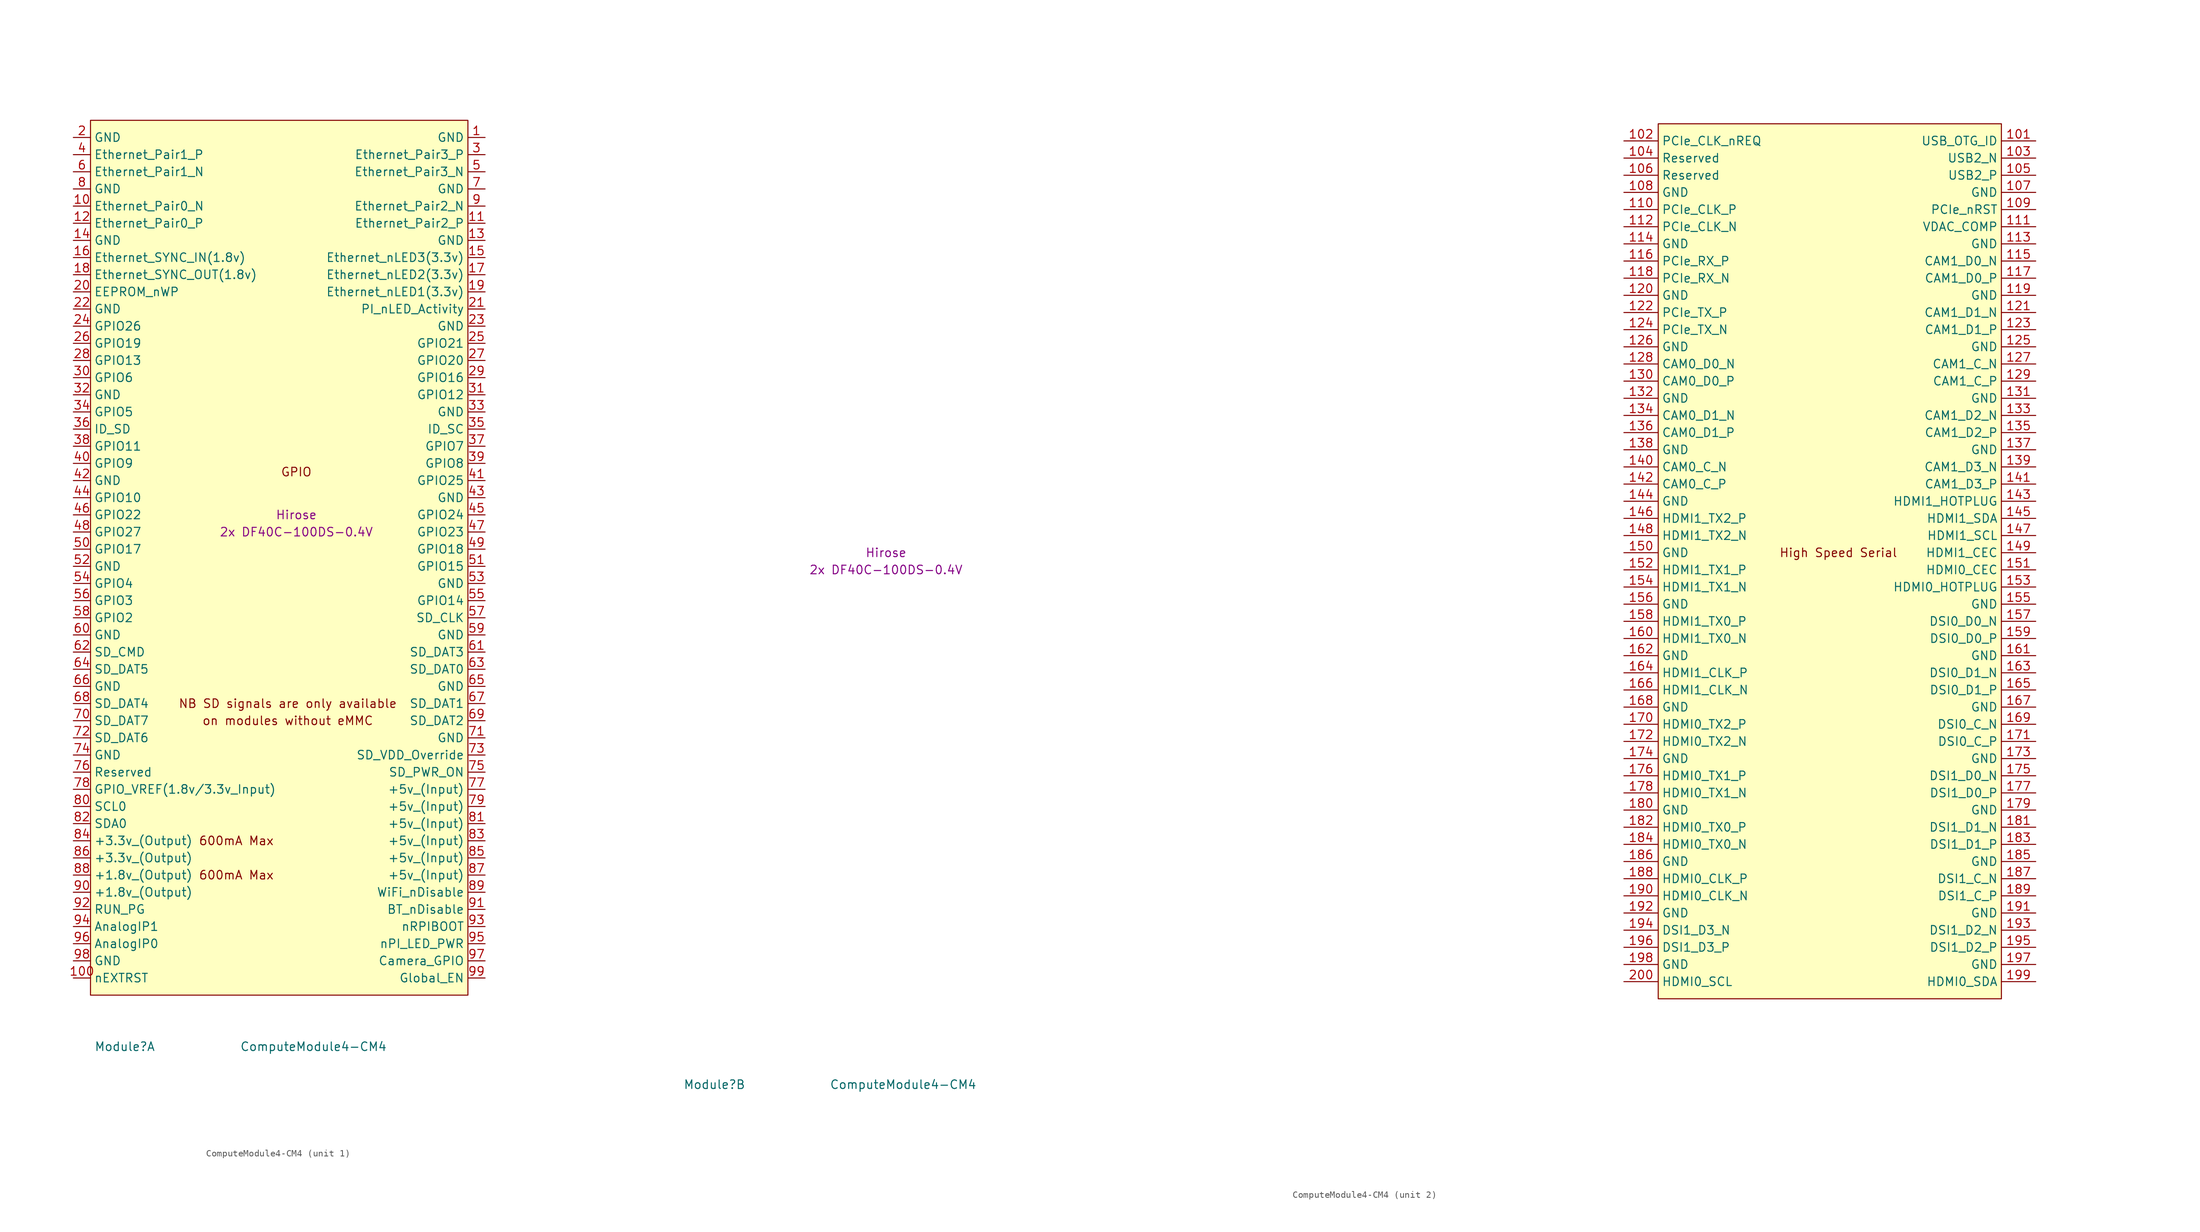
<source format=kicad_sym>
(kicad_symbol_lib
  (version 20211014)
  (generator kicad_symbol_editor)
  (symbol "ComputeModule4-CM4"
    (property "Reference" "Module"
      (at -25.4 -78.74 0)
      (effects (font (size 1.27 1.27))))
    (property "Value" "ComputeModule4-CM4"
      (at 2.54 -78.74 0)
      (effects (font (size 1.27 1.27))))
    (property "Field4" "Hirose"
      (at 0 0 0)
      (effects (font (size 1.27 1.27))))
    (property "Field5" "2x DF40C-100DS-0.4V"
      (at 0 -2.54 0)
      (effects (font (size 1.27 1.27))))
    (symbol "ComputeModule4-CM4_1_0"
      (text "GPIO" (at 0 6.35 0) (effects (font (size 1.27 1.27)))))
    (symbol "ComputeModule4-CM4_1_1"
      (rectangle (start -30.48 -71.12) (end 25.4 58.42) (stroke (width 0) (type default) (color 0 0 0 0)) (fill (type background)))
      (text "600mA Max" (at -8.89 -53.34 0) (effects (font (size 1.27 1.27))))
      (text "600mA Max" (at -8.89 -48.26 0) (effects (font (size 1.27 1.27))))
      (text "NB SD signals are only available" (at -1.27 -27.94 0) (effects (font (size 1.27 1.27))))
      (text "on modules without eMMC" (at -1.27 -30.48 0) (effects (font (size 1.27 1.27))))
      (pin power_in line (at 27.94 55.88 180) (length 2.54) (name "GND" (effects (font (size 1.27 1.27)))) (number "1" (effects (font (size 1.27 1.27)))))
      (pin passive line (at -33.02 45.72 0) (length 2.54) (name "Ethernet_Pair0_N" (effects (font (size 1.27 1.27)))) (number "10" (effects (font (size 1.27 1.27)))))
      (pin output line (at -33.02 -68.58 0) (length 2.54) (name "nEXTRST" (effects (font (size 1.27 1.27)))) (number "100" (effects (font (size 1.27 1.27)))))
      (pin passive line (at 27.94 43.18 180) (length 2.54) (name "Ethernet_Pair2_P" (effects (font (size 1.27 1.27)))) (number "11" (effects (font (size 1.27 1.27)))))
      (pin passive line (at -33.02 43.18 0) (length 2.54) (name "Ethernet_Pair0_P" (effects (font (size 1.27 1.27)))) (number "12" (effects (font (size 1.27 1.27)))))
      (pin power_in line (at 27.94 40.64 180) (length 2.54) (name "GND" (effects (font (size 1.27 1.27)))) (number "13" (effects (font (size 1.27 1.27)))))
      (pin power_in line (at -33.02 40.64 0) (length 2.54) (name "GND" (effects (font (size 1.27 1.27)))) (number "14" (effects (font (size 1.27 1.27)))))
      (pin output line (at 27.94 38.1 180) (length 2.54) (name "Ethernet_nLED3(3.3v)" (effects (font (size 1.27 1.27)))) (number "15" (effects (font (size 1.27 1.27)))))
      (pin input line (at -33.02 38.1 0) (length 2.54) (name "Ethernet_SYNC_IN(1.8v)" (effects (font (size 1.27 1.27)))) (number "16" (effects (font (size 1.27 1.27)))))
      (pin output line (at 27.94 35.56 180) (length 2.54) (name "Ethernet_nLED2(3.3v)" (effects (font (size 1.27 1.27)))) (number "17" (effects (font (size 1.27 1.27)))))
      (pin input line (at -33.02 35.56 0) (length 2.54) (name "Ethernet_SYNC_OUT(1.8v)" (effects (font (size 1.27 1.27)))) (number "18" (effects (font (size 1.27 1.27)))))
      (pin output line (at 27.94 33.02 180) (length 2.54) (name "Ethernet_nLED1(3.3v)" (effects (font (size 1.27 1.27)))) (number "19" (effects (font (size 1.27 1.27)))))
      (pin power_in line (at -33.02 55.88 0) (length 2.54) (name "GND" (effects (font (size 1.27 1.27)))) (number "2" (effects (font (size 1.27 1.27)))))
      (pin passive line (at -33.02 33.02 0) (length 2.54) (name "EEPROM_nWP" (effects (font (size 1.27 1.27)))) (number "20" (effects (font (size 1.27 1.27)))))
      (pin open_collector line (at 27.94 30.48 180) (length 2.54) (name "PI_nLED_Activity" (effects (font (size 1.27 1.27)))) (number "21" (effects (font (size 1.27 1.27)))))
      (pin power_in line (at -33.02 30.48 0) (length 2.54) (name "GND" (effects (font (size 1.27 1.27)))) (number "22" (effects (font (size 1.27 1.27)))))
      (pin power_in line (at 27.94 27.94 180) (length 2.54) (name "GND" (effects (font (size 1.27 1.27)))) (number "23" (effects (font (size 1.27 1.27)))))
      (pin passive line (at -33.02 27.94 0) (length 2.54) (name "GPIO26" (effects (font (size 1.27 1.27)))) (number "24" (effects (font (size 1.27 1.27)))))
      (pin passive line (at 27.94 25.4 180) (length 2.54) (name "GPIO21" (effects (font (size 1.27 1.27)))) (number "25" (effects (font (size 1.27 1.27)))))
      (pin passive line (at -33.02 25.4 0) (length 2.54) (name "GPIO19" (effects (font (size 1.27 1.27)))) (number "26" (effects (font (size 1.27 1.27)))))
      (pin passive line (at 27.94 22.86 180) (length 2.54) (name "GPIO20" (effects (font (size 1.27 1.27)))) (number "27" (effects (font (size 1.27 1.27)))))
      (pin passive line (at -33.02 22.86 0) (length 2.54) (name "GPIO13" (effects (font (size 1.27 1.27)))) (number "28" (effects (font (size 1.27 1.27)))))
      (pin passive line (at 27.94 20.32 180) (length 2.54) (name "GPIO16" (effects (font (size 1.27 1.27)))) (number "29" (effects (font (size 1.27 1.27)))))
      (pin passive line (at 27.94 53.34 180) (length 2.54) (name "Ethernet_Pair3_P" (effects (font (size 1.27 1.27)))) (number "3" (effects (font (size 1.27 1.27)))))
      (pin passive line (at -33.02 20.32 0) (length 2.54) (name "GPIO6" (effects (font (size 1.27 1.27)))) (number "30" (effects (font (size 1.27 1.27)))))
      (pin passive line (at 27.94 17.78 180) (length 2.54) (name "GPIO12" (effects (font (size 1.27 1.27)))) (number "31" (effects (font (size 1.27 1.27)))))
      (pin power_in line (at -33.02 17.78 0) (length 2.54) (name "GND" (effects (font (size 1.27 1.27)))) (number "32" (effects (font (size 1.27 1.27)))))
      (pin power_in line (at 27.94 15.24 180) (length 2.54) (name "GND" (effects (font (size 1.27 1.27)))) (number "33" (effects (font (size 1.27 1.27)))))
      (pin passive line (at -33.02 15.24 0) (length 2.54) (name "GPIO5" (effects (font (size 1.27 1.27)))) (number "34" (effects (font (size 1.27 1.27)))))
      (pin passive line (at 27.94 12.7 180) (length 2.54) (name "ID_SC" (effects (font (size 1.27 1.27)))) (number "35" (effects (font (size 1.27 1.27)))))
      (pin passive line (at -33.02 12.7 0) (length 2.54) (name "ID_SD" (effects (font (size 1.27 1.27)))) (number "36" (effects (font (size 1.27 1.27)))))
      (pin passive line (at 27.94 10.16 180) (length 2.54) (name "GPIO7" (effects (font (size 1.27 1.27)))) (number "37" (effects (font (size 1.27 1.27)))))
      (pin passive line (at -33.02 10.16 0) (length 2.54) (name "GPIO11" (effects (font (size 1.27 1.27)))) (number "38" (effects (font (size 1.27 1.27)))))
      (pin passive line (at 27.94 7.62 180) (length 2.54) (name "GPIO8" (effects (font (size 1.27 1.27)))) (number "39" (effects (font (size 1.27 1.27)))))
      (pin passive line (at -33.02 53.34 0) (length 2.54) (name "Ethernet_Pair1_P" (effects (font (size 1.27 1.27)))) (number "4" (effects (font (size 1.27 1.27)))))
      (pin passive line (at -33.02 7.62 0) (length 2.54) (name "GPIO9" (effects (font (size 1.27 1.27)))) (number "40" (effects (font (size 1.27 1.27)))))
      (pin passive line (at 27.94 5.08 180) (length 2.54) (name "GPIO25" (effects (font (size 1.27 1.27)))) (number "41" (effects (font (size 1.27 1.27)))))
      (pin power_in line (at -33.02 5.08 0) (length 2.54) (name "GND" (effects (font (size 1.27 1.27)))) (number "42" (effects (font (size 1.27 1.27)))))
      (pin power_in line (at 27.94 2.54 180) (length 2.54) (name "GND" (effects (font (size 1.27 1.27)))) (number "43" (effects (font (size 1.27 1.27)))))
      (pin passive line (at -33.02 2.54 0) (length 2.54) (name "GPIO10" (effects (font (size 1.27 1.27)))) (number "44" (effects (font (size 1.27 1.27)))))
      (pin passive line (at 27.94 0 180) (length 2.54) (name "GPIO24" (effects (font (size 1.27 1.27)))) (number "45" (effects (font (size 1.27 1.27)))))
      (pin passive line (at -33.02 0 0) (length 2.54) (name "GPIO22" (effects (font (size 1.27 1.27)))) (number "46" (effects (font (size 1.27 1.27)))))
      (pin passive line (at 27.94 -2.54 180) (length 2.54) (name "GPIO23" (effects (font (size 1.27 1.27)))) (number "47" (effects (font (size 1.27 1.27)))))
      (pin passive line (at -33.02 -2.54 0) (length 2.54) (name "GPIO27" (effects (font (size 1.27 1.27)))) (number "48" (effects (font (size 1.27 1.27)))))
      (pin passive line (at 27.94 -5.08 180) (length 2.54) (name "GPIO18" (effects (font (size 1.27 1.27)))) (number "49" (effects (font (size 1.27 1.27)))))
      (pin passive line (at 27.94 50.8 180) (length 2.54) (name "Ethernet_Pair3_N" (effects (font (size 1.27 1.27)))) (number "5" (effects (font (size 1.27 1.27)))))
      (pin passive line (at -33.02 -5.08 0) (length 2.54) (name "GPIO17" (effects (font (size 1.27 1.27)))) (number "50" (effects (font (size 1.27 1.27)))))
      (pin passive line (at 27.94 -7.62 180) (length 2.54) (name "GPIO15" (effects (font (size 1.27 1.27)))) (number "51" (effects (font (size 1.27 1.27)))))
      (pin power_in line (at -33.02 -7.62 0) (length 2.54) (name "GND" (effects (font (size 1.27 1.27)))) (number "52" (effects (font (size 1.27 1.27)))))
      (pin power_in line (at 27.94 -10.16 180) (length 2.54) (name "GND" (effects (font (size 1.27 1.27)))) (number "53" (effects (font (size 1.27 1.27)))))
      (pin passive line (at -33.02 -10.16 0) (length 2.54) (name "GPIO4" (effects (font (size 1.27 1.27)))) (number "54" (effects (font (size 1.27 1.27)))))
      (pin passive line (at 27.94 -12.7 180) (length 2.54) (name "GPIO14" (effects (font (size 1.27 1.27)))) (number "55" (effects (font (size 1.27 1.27)))))
      (pin passive line (at -33.02 -12.7 0) (length 2.54) (name "GPIO3" (effects (font (size 1.27 1.27)))) (number "56" (effects (font (size 1.27 1.27)))))
      (pin passive line (at 27.94 -15.24 180) (length 2.54) (name "SD_CLK" (effects (font (size 1.27 1.27)))) (number "57" (effects (font (size 1.27 1.27)))))
      (pin passive line (at -33.02 -15.24 0) (length 2.54) (name "GPIO2" (effects (font (size 1.27 1.27)))) (number "58" (effects (font (size 1.27 1.27)))))
      (pin power_in line (at 27.94 -17.78 180) (length 2.54) (name "GND" (effects (font (size 1.27 1.27)))) (number "59" (effects (font (size 1.27 1.27)))))
      (pin passive line (at -33.02 50.8 0) (length 2.54) (name "Ethernet_Pair1_N" (effects (font (size 1.27 1.27)))) (number "6" (effects (font (size 1.27 1.27)))))
      (pin power_in line (at -33.02 -17.78 0) (length 2.54) (name "GND" (effects (font (size 1.27 1.27)))) (number "60" (effects (font (size 1.27 1.27)))))
      (pin passive line (at 27.94 -20.32 180) (length 2.54) (name "SD_DAT3" (effects (font (size 1.27 1.27)))) (number "61" (effects (font (size 1.27 1.27)))))
      (pin passive line (at -33.02 -20.32 0) (length 2.54) (name "SD_CMD" (effects (font (size 1.27 1.27)))) (number "62" (effects (font (size 1.27 1.27)))))
      (pin passive line (at 27.94 -22.86 180) (length 2.54) (name "SD_DAT0" (effects (font (size 1.27 1.27)))) (number "63" (effects (font (size 1.27 1.27)))))
      (pin passive line (at -33.02 -22.86 0) (length 2.54) (name "SD_DAT5" (effects (font (size 1.27 1.27)))) (number "64" (effects (font (size 1.27 1.27)))))
      (pin power_in line (at 27.94 -25.4 180) (length 2.54) (name "GND" (effects (font (size 1.27 1.27)))) (number "65" (effects (font (size 1.27 1.27)))))
      (pin power_in line (at -33.02 -25.4 0) (length 2.54) (name "GND" (effects (font (size 1.27 1.27)))) (number "66" (effects (font (size 1.27 1.27)))))
      (pin passive line (at 27.94 -27.94 180) (length 2.54) (name "SD_DAT1" (effects (font (size 1.27 1.27)))) (number "67" (effects (font (size 1.27 1.27)))))
      (pin passive line (at -33.02 -27.94 0) (length 2.54) (name "SD_DAT4" (effects (font (size 1.27 1.27)))) (number "68" (effects (font (size 1.27 1.27)))))
      (pin passive line (at 27.94 -30.48 180) (length 2.54) (name "SD_DAT2" (effects (font (size 1.27 1.27)))) (number "69" (effects (font (size 1.27 1.27)))))
      (pin power_in line (at 27.94 48.26 180) (length 2.54) (name "GND" (effects (font (size 1.27 1.27)))) (number "7" (effects (font (size 1.27 1.27)))))
      (pin passive line (at -33.02 -30.48 0) (length 2.54) (name "SD_DAT7" (effects (font (size 1.27 1.27)))) (number "70" (effects (font (size 1.27 1.27)))))
      (pin power_in line (at 27.94 -33.02 180) (length 2.54) (name "GND" (effects (font (size 1.27 1.27)))) (number "71" (effects (font (size 1.27 1.27)))))
      (pin passive line (at -33.02 -33.02 0) (length 2.54) (name "SD_DAT6" (effects (font (size 1.27 1.27)))) (number "72" (effects (font (size 1.27 1.27)))))
      (pin input line (at 27.94 -35.56 180) (length 2.54) (name "SD_VDD_Override" (effects (font (size 1.27 1.27)))) (number "73" (effects (font (size 1.27 1.27)))))
      (pin power_in line (at -33.02 -35.56 0) (length 2.54) (name "GND" (effects (font (size 1.27 1.27)))) (number "74" (effects (font (size 1.27 1.27)))))
      (pin output line (at 27.94 -38.1 180) (length 2.54) (name "SD_PWR_ON" (effects (font (size 1.27 1.27)))) (number "75" (effects (font (size 1.27 1.27)))))
      (pin passive line (at -33.02 -38.1 0) (length 2.54) (name "Reserved" (effects (font (size 1.27 1.27)))) (number "76" (effects (font (size 1.27 1.27)))))
      (pin power_in line (at 27.94 -40.64 180) (length 2.54) (name "+5v_(Input)" (effects (font (size 1.27 1.27)))) (number "77" (effects (font (size 1.27 1.27)))))
      (pin power_in line (at -33.02 -40.64 0) (length 2.54) (name "GPIO_VREF(1.8v/3.3v_Input)" (effects (font (size 1.27 1.27)))) (number "78" (effects (font (size 1.27 1.27)))))
      (pin power_in line (at 27.94 -43.18 180) (length 2.54) (name "+5v_(Input)" (effects (font (size 1.27 1.27)))) (number "79" (effects (font (size 1.27 1.27)))))
      (pin power_in line (at -33.02 48.26 0) (length 2.54) (name "GND" (effects (font (size 1.27 1.27)))) (number "8" (effects (font (size 1.27 1.27)))))
      (pin passive line (at -33.02 -43.18 0) (length 2.54) (name "SCL0" (effects (font (size 1.27 1.27)))) (number "80" (effects (font (size 1.27 1.27)))))
      (pin power_in line (at 27.94 -45.72 180) (length 2.54) (name "+5v_(Input)" (effects (font (size 1.27 1.27)))) (number "81" (effects (font (size 1.27 1.27)))))
      (pin passive line (at -33.02 -45.72 0) (length 2.54) (name "SDA0" (effects (font (size 1.27 1.27)))) (number "82" (effects (font (size 1.27 1.27)))))
      (pin power_in line (at 27.94 -48.26 180) (length 2.54) (name "+5v_(Input)" (effects (font (size 1.27 1.27)))) (number "83" (effects (font (size 1.27 1.27)))))
      (pin power_out line (at -33.02 -48.26 0) (length 2.54) (name "+3.3v_(Output)" (effects (font (size 1.27 1.27)))) (number "84" (effects (font (size 1.27 1.27)))))
      (pin power_in line (at 27.94 -50.8 180) (length 2.54) (name "+5v_(Input)" (effects (font (size 1.27 1.27)))) (number "85" (effects (font (size 1.27 1.27)))))
      (pin power_out line (at -33.02 -50.8 0) (length 2.54) (name "+3.3v_(Output)" (effects (font (size 1.27 1.27)))) (number "86" (effects (font (size 1.27 1.27)))))
      (pin power_in line (at 27.94 -53.34 180) (length 2.54) (name "+5v_(Input)" (effects (font (size 1.27 1.27)))) (number "87" (effects (font (size 1.27 1.27)))))
      (pin power_out line (at -33.02 -53.34 0) (length 2.54) (name "+1.8v_(Output)" (effects (font (size 1.27 1.27)))) (number "88" (effects (font (size 1.27 1.27)))))
      (pin power_in line (at 27.94 -55.88 180) (length 2.54) (name "WiFi_nDisable" (effects (font (size 1.27 1.27)))) (number "89" (effects (font (size 1.27 1.27)))))
      (pin passive line (at 27.94 45.72 180) (length 2.54) (name "Ethernet_Pair2_N" (effects (font (size 1.27 1.27)))) (number "9" (effects (font (size 1.27 1.27)))))
      (pin power_out line (at -33.02 -55.88 0) (length 2.54) (name "+1.8v_(Output)" (effects (font (size 1.27 1.27)))) (number "90" (effects (font (size 1.27 1.27)))))
      (pin power_in line (at 27.94 -58.42 180) (length 2.54) (name "BT_nDisable" (effects (font (size 1.27 1.27)))) (number "91" (effects (font (size 1.27 1.27)))))
      (pin passive line (at -33.02 -58.42 0) (length 2.54) (name "RUN_PG" (effects (font (size 1.27 1.27)))) (number "92" (effects (font (size 1.27 1.27)))))
      (pin input line (at 27.94 -60.96 180) (length 2.54) (name "nRPIBOOT" (effects (font (size 1.27 1.27)))) (number "93" (effects (font (size 1.27 1.27)))))
      (pin passive line (at -33.02 -60.96 0) (length 2.54) (name "AnalogIP1" (effects (font (size 1.27 1.27)))) (number "94" (effects (font (size 1.27 1.27)))))
      (pin output line (at 27.94 -63.5 180) (length 2.54) (name "nPI_LED_PWR" (effects (font (size 1.27 1.27)))) (number "95" (effects (font (size 1.27 1.27)))))
      (pin passive line (at -33.02 -63.5 0) (length 2.54) (name "AnalogIP0" (effects (font (size 1.27 1.27)))) (number "96" (effects (font (size 1.27 1.27)))))
      (pin passive line (at 27.94 -66.04 180) (length 2.54) (name "Camera_GPIO" (effects (font (size 1.27 1.27)))) (number "97" (effects (font (size 1.27 1.27)))))
      (pin power_in line (at -33.02 -66.04 0) (length 2.54) (name "GND" (effects (font (size 1.27 1.27)))) (number "98" (effects (font (size 1.27 1.27)))))
      (pin input line (at 27.94 -68.58 180) (length 2.54) (name "Global_EN" (effects (font (size 1.27 1.27)))) (number "99" (effects (font (size 1.27 1.27))))))
    (symbol "ComputeModule4-CM4_2_1"
      (rectangle (start 114.3 -66.04) (end 165.1 63.5) (stroke (width 0) (type default) (color 0 0 0 0)) (fill (type background)))
      (text "High Speed Serial" (at 140.97 0 0) (effects (font (size 1.27 1.27))))
      (pin input line (at 170.18 60.96 180) (length 5.08) (name "USB_OTG_ID" (effects (font (size 1.27 1.27)))) (number "101" (effects (font (size 1.27 1.27)))))
      (pin input line (at 109.22 60.96 0) (length 5.08) (name "PCIe_CLK_nREQ" (effects (font (size 1.27 1.27)))) (number "102" (effects (font (size 1.27 1.27)))))
      (pin passive line (at 170.18 58.42 180) (length 5.08) (name "USB2_N" (effects (font (size 1.27 1.27)))) (number "103" (effects (font (size 1.27 1.27)))))
      (pin passive line (at 109.22 58.42 0) (length 5.08) (name "Reserved" (effects (font (size 1.27 1.27)))) (number "104" (effects (font (size 1.27 1.27)))))
      (pin passive line (at 170.18 55.88 180) (length 5.08) (name "USB2_P" (effects (font (size 1.27 1.27)))) (number "105" (effects (font (size 1.27 1.27)))))
      (pin passive line (at 109.22 55.88 0) (length 5.08) (name "Reserved" (effects (font (size 1.27 1.27)))) (number "106" (effects (font (size 1.27 1.27)))))
      (pin power_in line (at 170.18 53.34 180) (length 5.08) (name "GND" (effects (font (size 1.27 1.27)))) (number "107" (effects (font (size 1.27 1.27)))))
      (pin power_in line (at 109.22 53.34 0) (length 5.08) (name "GND" (effects (font (size 1.27 1.27)))) (number "108" (effects (font (size 1.27 1.27)))))
      (pin bidirectional line (at 170.18 50.8 180) (length 5.08) (name "PCIe_nRST" (effects (font (size 1.27 1.27)))) (number "109" (effects (font (size 1.27 1.27)))))
      (pin output line (at 109.22 50.8 0) (length 5.08) (name "PCIe_CLK_P" (effects (font (size 1.27 1.27)))) (number "110" (effects (font (size 1.27 1.27)))))
      (pin passive line (at 170.18 48.26 180) (length 5.08) (name "VDAC_COMP" (effects (font (size 1.27 1.27)))) (number "111" (effects (font (size 1.27 1.27)))))
      (pin output line (at 109.22 48.26 0) (length 5.08) (name "PCIe_CLK_N" (effects (font (size 1.27 1.27)))) (number "112" (effects (font (size 1.27 1.27)))))
      (pin power_in line (at 170.18 45.72 180) (length 5.08) (name "GND" (effects (font (size 1.27 1.27)))) (number "113" (effects (font (size 1.27 1.27)))))
      (pin power_in line (at 109.22 45.72 0) (length 5.08) (name "GND" (effects (font (size 1.27 1.27)))) (number "114" (effects (font (size 1.27 1.27)))))
      (pin input line (at 170.18 43.18 180) (length 5.08) (name "CAM1_D0_N" (effects (font (size 1.27 1.27)))) (number "115" (effects (font (size 1.27 1.27)))))
      (pin input line (at 109.22 43.18 0) (length 5.08) (name "PCIe_RX_P" (effects (font (size 1.27 1.27)))) (number "116" (effects (font (size 1.27 1.27)))))
      (pin input line (at 170.18 40.64 180) (length 5.08) (name "CAM1_D0_P" (effects (font (size 1.27 1.27)))) (number "117" (effects (font (size 1.27 1.27)))))
      (pin input line (at 109.22 40.64 0) (length 5.08) (name "PCIe_RX_N" (effects (font (size 1.27 1.27)))) (number "118" (effects (font (size 1.27 1.27)))))
      (pin power_in line (at 170.18 38.1 180) (length 5.08) (name "GND" (effects (font (size 1.27 1.27)))) (number "119" (effects (font (size 1.27 1.27)))))
      (pin power_in line (at 109.22 38.1 0) (length 5.08) (name "GND" (effects (font (size 1.27 1.27)))) (number "120" (effects (font (size 1.27 1.27)))))
      (pin input line (at 170.18 35.56 180) (length 5.08) (name "CAM1_D1_N" (effects (font (size 1.27 1.27)))) (number "121" (effects (font (size 1.27 1.27)))))
      (pin output line (at 109.22 35.56 0) (length 5.08) (name "PCIe_TX_P" (effects (font (size 1.27 1.27)))) (number "122" (effects (font (size 1.27 1.27)))))
      (pin input line (at 170.18 33.02 180) (length 5.08) (name "CAM1_D1_P" (effects (font (size 1.27 1.27)))) (number "123" (effects (font (size 1.27 1.27)))))
      (pin output line (at 109.22 33.02 0) (length 5.08) (name "PCIe_TX_N" (effects (font (size 1.27 1.27)))) (number "124" (effects (font (size 1.27 1.27)))))
      (pin power_in line (at 170.18 30.48 180) (length 5.08) (name "GND" (effects (font (size 1.27 1.27)))) (number "125" (effects (font (size 1.27 1.27)))))
      (pin power_in line (at 109.22 30.48 0) (length 5.08) (name "GND" (effects (font (size 1.27 1.27)))) (number "126" (effects (font (size 1.27 1.27)))))
      (pin input line (at 170.18 27.94 180) (length 5.08) (name "CAM1_C_N" (effects (font (size 1.27 1.27)))) (number "127" (effects (font (size 1.27 1.27)))))
      (pin input line (at 109.22 27.94 0) (length 5.08) (name "CAM0_D0_N" (effects (font (size 1.27 1.27)))) (number "128" (effects (font (size 1.27 1.27)))))
      (pin input line (at 170.18 25.4 180) (length 5.08) (name "CAM1_C_P" (effects (font (size 1.27 1.27)))) (number "129" (effects (font (size 1.27 1.27)))))
      (pin input line (at 109.22 25.4 0) (length 5.08) (name "CAM0_D0_P" (effects (font (size 1.27 1.27)))) (number "130" (effects (font (size 1.27 1.27)))))
      (pin power_in line (at 170.18 22.86 180) (length 5.08) (name "GND" (effects (font (size 1.27 1.27)))) (number "131" (effects (font (size 1.27 1.27)))))
      (pin power_in line (at 109.22 22.86 0) (length 5.08) (name "GND" (effects (font (size 1.27 1.27)))) (number "132" (effects (font (size 1.27 1.27)))))
      (pin input line (at 170.18 20.32 180) (length 5.08) (name "CAM1_D2_N" (effects (font (size 1.27 1.27)))) (number "133" (effects (font (size 1.27 1.27)))))
      (pin input line (at 109.22 20.32 0) (length 5.08) (name "CAM0_D1_N" (effects (font (size 1.27 1.27)))) (number "134" (effects (font (size 1.27 1.27)))))
      (pin input line (at 170.18 17.78 180) (length 5.08) (name "CAM1_D2_P" (effects (font (size 1.27 1.27)))) (number "135" (effects (font (size 1.27 1.27)))))
      (pin input line (at 109.22 17.78 0) (length 5.08) (name "CAM0_D1_P" (effects (font (size 1.27 1.27)))) (number "136" (effects (font (size 1.27 1.27)))))
      (pin power_in line (at 170.18 15.24 180) (length 5.08) (name "GND" (effects (font (size 1.27 1.27)))) (number "137" (effects (font (size 1.27 1.27)))))
      (pin power_in line (at 109.22 15.24 0) (length 5.08) (name "GND" (effects (font (size 1.27 1.27)))) (number "138" (effects (font (size 1.27 1.27)))))
      (pin input line (at 170.18 12.7 180) (length 5.08) (name "CAM1_D3_N" (effects (font (size 1.27 1.27)))) (number "139" (effects (font (size 1.27 1.27)))))
      (pin input line (at 109.22 12.7 0) (length 5.08) (name "CAM0_C_N" (effects (font (size 1.27 1.27)))) (number "140" (effects (font (size 1.27 1.27)))))
      (pin input line (at 170.18 10.16 180) (length 5.08) (name "CAM1_D3_P" (effects (font (size 1.27 1.27)))) (number "141" (effects (font (size 1.27 1.27)))))
      (pin input line (at 109.22 10.16 0) (length 5.08) (name "CAM0_C_P" (effects (font (size 1.27 1.27)))) (number "142" (effects (font (size 1.27 1.27)))))
      (pin input line (at 170.18 7.62 180) (length 5.08) (name "HDMI1_HOTPLUG" (effects (font (size 1.27 1.27)))) (number "143" (effects (font (size 1.27 1.27)))))
      (pin power_in line (at 109.22 7.62 0) (length 5.08) (name "GND" (effects (font (size 1.27 1.27)))) (number "144" (effects (font (size 1.27 1.27)))))
      (pin bidirectional line (at 170.18 5.08 180) (length 5.08) (name "HDMI1_SDA" (effects (font (size 1.27 1.27)))) (number "145" (effects (font (size 1.27 1.27)))))
      (pin output line (at 109.22 5.08 0) (length 5.08) (name "HDMI1_TX2_P" (effects (font (size 1.27 1.27)))) (number "146" (effects (font (size 1.27 1.27)))))
      (pin open_collector line (at 170.18 2.54 180) (length 5.08) (name "HDMI1_SCL" (effects (font (size 1.27 1.27)))) (number "147" (effects (font (size 1.27 1.27)))))
      (pin output line (at 109.22 2.54 0) (length 5.08) (name "HDMI1_TX2_N" (effects (font (size 1.27 1.27)))) (number "148" (effects (font (size 1.27 1.27)))))
      (pin open_collector line (at 170.18 0 180) (length 5.08) (name "HDMI1_CEC" (effects (font (size 1.27 1.27)))) (number "149" (effects (font (size 1.27 1.27)))))
      (pin power_in line (at 109.22 0 0) (length 5.08) (name "GND" (effects (font (size 1.27 1.27)))) (number "150" (effects (font (size 1.27 1.27)))))
      (pin open_collector line (at 170.18 -2.54 180) (length 5.08) (name "HDMI0_CEC" (effects (font (size 1.27 1.27)))) (number "151" (effects (font (size 1.27 1.27)))))
      (pin output line (at 109.22 -2.54 0) (length 5.08) (name "HDMI1_TX1_P" (effects (font (size 1.27 1.27)))) (number "152" (effects (font (size 1.27 1.27)))))
      (pin input line (at 170.18 -5.08 180) (length 5.08) (name "HDMI0_HOTPLUG" (effects (font (size 1.27 1.27)))) (number "153" (effects (font (size 1.27 1.27)))))
      (pin output line (at 109.22 -5.08 0) (length 5.08) (name "HDMI1_TX1_N" (effects (font (size 1.27 1.27)))) (number "154" (effects (font (size 1.27 1.27)))))
      (pin power_in line (at 170.18 -7.62 180) (length 5.08) (name "GND" (effects (font (size 1.27 1.27)))) (number "155" (effects (font (size 1.27 1.27)))))
      (pin power_in line (at 109.22 -7.62 0) (length 5.08) (name "GND" (effects (font (size 1.27 1.27)))) (number "156" (effects (font (size 1.27 1.27)))))
      (pin output line (at 170.18 -10.16 180) (length 5.08) (name "DSI0_D0_N" (effects (font (size 1.27 1.27)))) (number "157" (effects (font (size 1.27 1.27)))))
      (pin output line (at 109.22 -10.16 0) (length 5.08) (name "HDMI1_TX0_P" (effects (font (size 1.27 1.27)))) (number "158" (effects (font (size 1.27 1.27)))))
      (pin output line (at 170.18 -12.7 180) (length 5.08) (name "DSI0_D0_P" (effects (font (size 1.27 1.27)))) (number "159" (effects (font (size 1.27 1.27)))))
      (pin output line (at 109.22 -12.7 0) (length 5.08) (name "HDMI1_TX0_N" (effects (font (size 1.27 1.27)))) (number "160" (effects (font (size 1.27 1.27)))))
      (pin power_in line (at 170.18 -15.24 180) (length 5.08) (name "GND" (effects (font (size 1.27 1.27)))) (number "161" (effects (font (size 1.27 1.27)))))
      (pin power_in line (at 109.22 -15.24 0) (length 5.08) (name "GND" (effects (font (size 1.27 1.27)))) (number "162" (effects (font (size 1.27 1.27)))))
      (pin output line (at 170.18 -17.78 180) (length 5.08) (name "DSI0_D1_N" (effects (font (size 1.27 1.27)))) (number "163" (effects (font (size 1.27 1.27)))))
      (pin output line (at 109.22 -17.78 0) (length 5.08) (name "HDMI1_CLK_P" (effects (font (size 1.27 1.27)))) (number "164" (effects (font (size 1.27 1.27)))))
      (pin output line (at 170.18 -20.32 180) (length 5.08) (name "DSI0_D1_P" (effects (font (size 1.27 1.27)))) (number "165" (effects (font (size 1.27 1.27)))))
      (pin output line (at 109.22 -20.32 0) (length 5.08) (name "HDMI1_CLK_N" (effects (font (size 1.27 1.27)))) (number "166" (effects (font (size 1.27 1.27)))))
      (pin power_in line (at 170.18 -22.86 180) (length 5.08) (name "GND" (effects (font (size 1.27 1.27)))) (number "167" (effects (font (size 1.27 1.27)))))
      (pin power_in line (at 109.22 -22.86 0) (length 5.08) (name "GND" (effects (font (size 1.27 1.27)))) (number "168" (effects (font (size 1.27 1.27)))))
      (pin output line (at 170.18 -25.4 180) (length 5.08) (name "DSI0_C_N" (effects (font (size 1.27 1.27)))) (number "169" (effects (font (size 1.27 1.27)))))
      (pin output line (at 109.22 -25.4 0) (length 5.08) (name "HDMI0_TX2_P" (effects (font (size 1.27 1.27)))) (number "170" (effects (font (size 1.27 1.27)))))
      (pin output line (at 170.18 -27.94 180) (length 5.08) (name "DSI0_C_P" (effects (font (size 1.27 1.27)))) (number "171" (effects (font (size 1.27 1.27)))))
      (pin output line (at 109.22 -27.94 0) (length 5.08) (name "HDMI0_TX2_N" (effects (font (size 1.27 1.27)))) (number "172" (effects (font (size 1.27 1.27)))))
      (pin power_in line (at 170.18 -30.48 180) (length 5.08) (name "GND" (effects (font (size 1.27 1.27)))) (number "173" (effects (font (size 1.27 1.27)))))
      (pin power_in line (at 109.22 -30.48 0) (length 5.08) (name "GND" (effects (font (size 1.27 1.27)))) (number "174" (effects (font (size 1.27 1.27)))))
      (pin output line (at 170.18 -33.02 180) (length 5.08) (name "DSI1_D0_N" (effects (font (size 1.27 1.27)))) (number "175" (effects (font (size 1.27 1.27)))))
      (pin output line (at 109.22 -33.02 0) (length 5.08) (name "HDMI0_TX1_P" (effects (font (size 1.27 1.27)))) (number "176" (effects (font (size 1.27 1.27)))))
      (pin output line (at 170.18 -35.56 180) (length 5.08) (name "DSI1_D0_P" (effects (font (size 1.27 1.27)))) (number "177" (effects (font (size 1.27 1.27)))))
      (pin output line (at 109.22 -35.56 0) (length 5.08) (name "HDMI0_TX1_N" (effects (font (size 1.27 1.27)))) (number "178" (effects (font (size 1.27 1.27)))))
      (pin power_in line (at 170.18 -38.1 180) (length 5.08) (name "GND" (effects (font (size 1.27 1.27)))) (number "179" (effects (font (size 1.27 1.27)))))
      (pin power_in line (at 109.22 -38.1 0) (length 5.08) (name "GND" (effects (font (size 1.27 1.27)))) (number "180" (effects (font (size 1.27 1.27)))))
      (pin output line (at 170.18 -40.64 180) (length 5.08) (name "DSI1_D1_N" (effects (font (size 1.27 1.27)))) (number "181" (effects (font (size 1.27 1.27)))))
      (pin output line (at 109.22 -40.64 0) (length 5.08) (name "HDMI0_TX0_P" (effects (font (size 1.27 1.27)))) (number "182" (effects (font (size 1.27 1.27)))))
      (pin output line (at 170.18 -43.18 180) (length 5.08) (name "DSI1_D1_P" (effects (font (size 1.27 1.27)))) (number "183" (effects (font (size 1.27 1.27)))))
      (pin output line (at 109.22 -43.18 0) (length 5.08) (name "HDMI0_TX0_N" (effects (font (size 1.27 1.27)))) (number "184" (effects (font (size 1.27 1.27)))))
      (pin power_in line (at 170.18 -45.72 180) (length 5.08) (name "GND" (effects (font (size 1.27 1.27)))) (number "185" (effects (font (size 1.27 1.27)))))
      (pin power_in line (at 109.22 -45.72 0) (length 5.08) (name "GND" (effects (font (size 1.27 1.27)))) (number "186" (effects (font (size 1.27 1.27)))))
      (pin output line (at 170.18 -48.26 180) (length 5.08) (name "DSI1_C_N" (effects (font (size 1.27 1.27)))) (number "187" (effects (font (size 1.27 1.27)))))
      (pin output line (at 109.22 -48.26 0) (length 5.08) (name "HDMI0_CLK_P" (effects (font (size 1.27 1.27)))) (number "188" (effects (font (size 1.27 1.27)))))
      (pin output line (at 170.18 -50.8 180) (length 5.08) (name "DSI1_C_P" (effects (font (size 1.27 1.27)))) (number "189" (effects (font (size 1.27 1.27)))))
      (pin output line (at 109.22 -50.8 0) (length 5.08) (name "HDMI0_CLK_N" (effects (font (size 1.27 1.27)))) (number "190" (effects (font (size 1.27 1.27)))))
      (pin power_in line (at 170.18 -53.34 180) (length 5.08) (name "GND" (effects (font (size 1.27 1.27)))) (number "191" (effects (font (size 1.27 1.27)))))
      (pin power_in line (at 109.22 -53.34 0) (length 5.08) (name "GND" (effects (font (size 1.27 1.27)))) (number "192" (effects (font (size 1.27 1.27)))))
      (pin output line (at 170.18 -55.88 180) (length 5.08) (name "DSI1_D2_N" (effects (font (size 1.27 1.27)))) (number "193" (effects (font (size 1.27 1.27)))))
      (pin output line (at 109.22 -55.88 0) (length 5.08) (name "DSI1_D3_N" (effects (font (size 1.27 1.27)))) (number "194" (effects (font (size 1.27 1.27)))))
      (pin output line (at 170.18 -58.42 180) (length 5.08) (name "DSI1_D2_P" (effects (font (size 1.27 1.27)))) (number "195" (effects (font (size 1.27 1.27)))))
      (pin output line (at 109.22 -58.42 0) (length 5.08) (name "DSI1_D3_P" (effects (font (size 1.27 1.27)))) (number "196" (effects (font (size 1.27 1.27)))))
      (pin power_in line (at 170.18 -60.96 180) (length 5.08) (name "GND" (effects (font (size 1.27 1.27)))) (number "197" (effects (font (size 1.27 1.27)))))
      (pin power_in line (at 109.22 -60.96 0) (length 5.08) (name "GND" (effects (font (size 1.27 1.27)))) (number "198" (effects (font (size 1.27 1.27)))))
      (pin bidirectional line (at 170.18 -63.5 180) (length 5.08) (name "HDMI0_SDA" (effects (font (size 1.27 1.27)))) (number "199" (effects (font (size 1.27 1.27)))))
      (pin open_collector line (at 109.22 -63.5 0) (length 5.08) (name "HDMI0_SCL" (effects (font (size 1.27 1.27)))) (number "200" (effects (font (size 1.27 1.27))))))))
</source>
